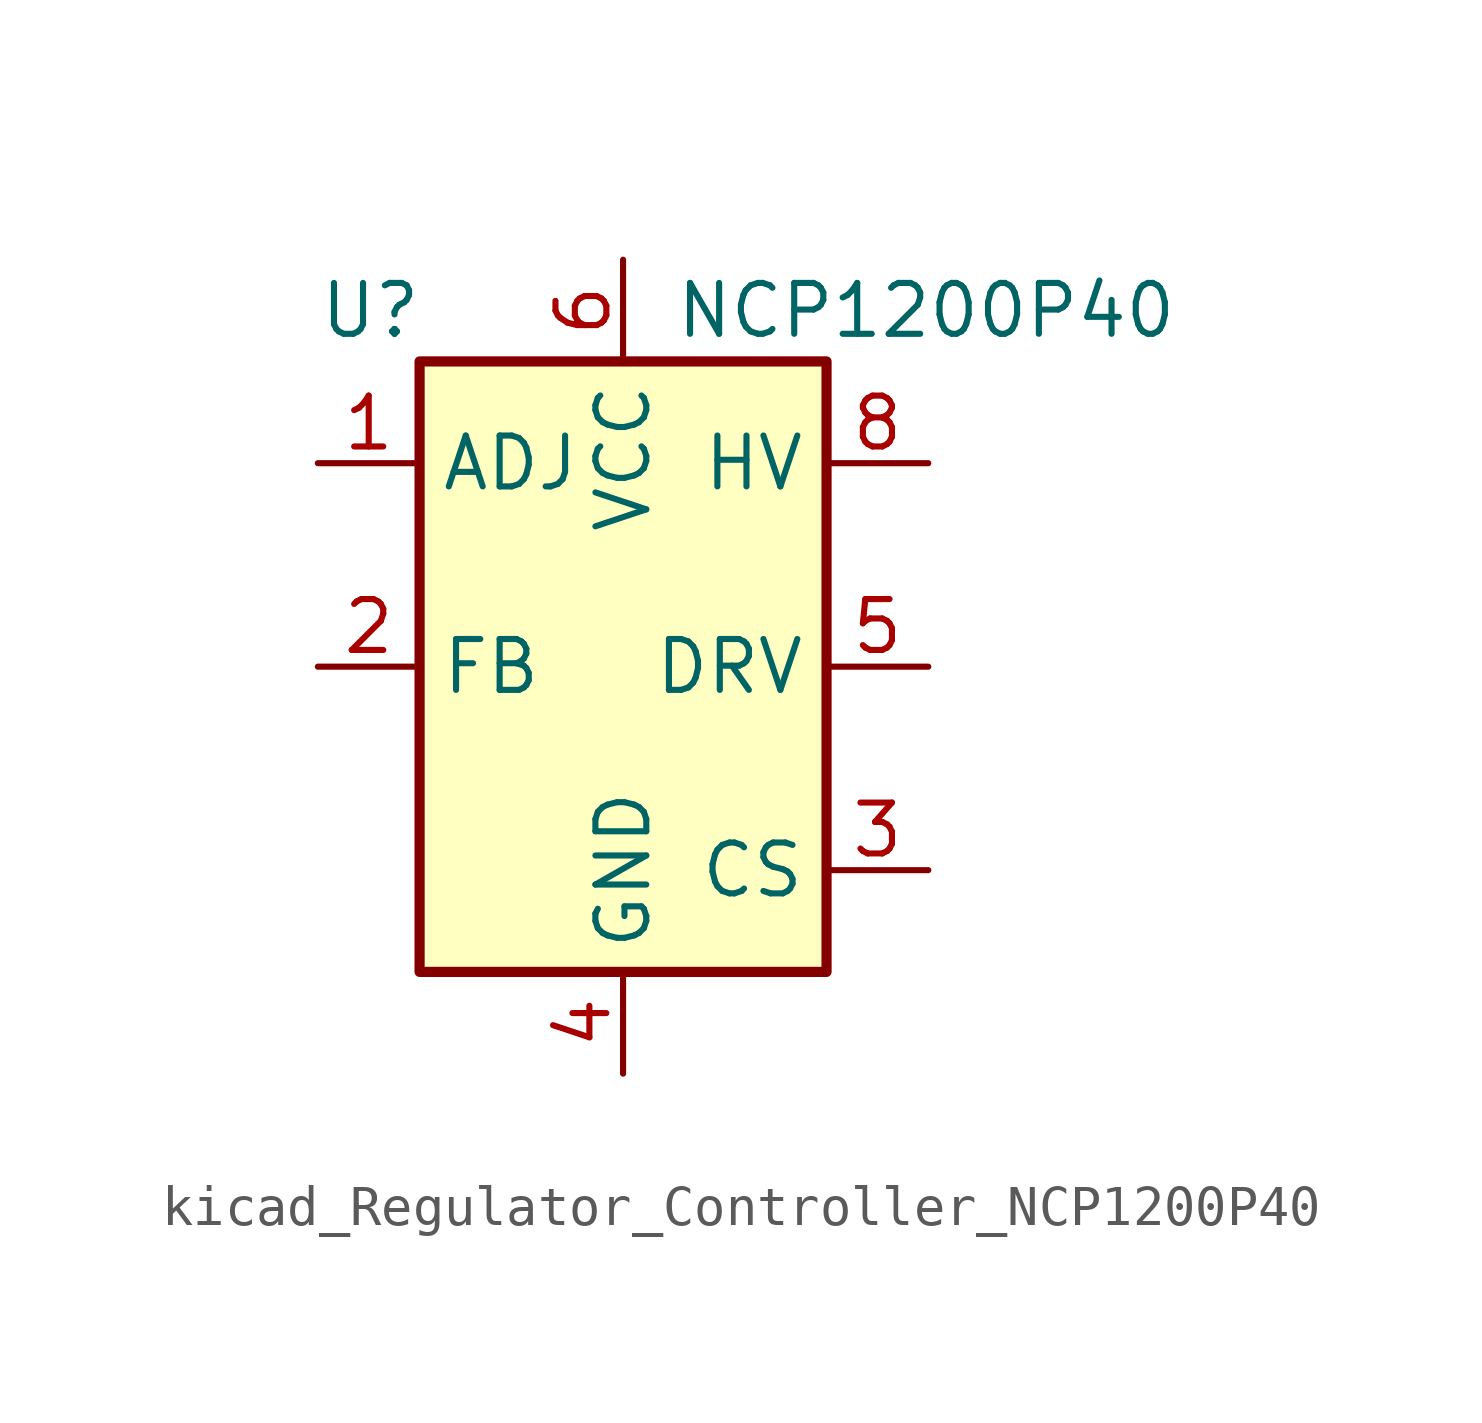
<source format=kicad_sym>
(kicad_symbol_lib
  (version 20220914)
  (generator kicad_symbol_editor)
  (symbol "kicad_Regulator_Controller_NCP1200P40"
    (property "Reference" "U"
      (at -7.62 8.89 0)
      (effects (font (size 1.27 1.27)) (justify left)))
    (property "Value" "NCP1200P40"
      (at 1.27 8.89 0)
      (effects (font (size 1.27 1.27)) (justify left)))
    (symbol "kicad_Regulator_Controller_NCP1200P40_0_0"
      (rectangle (start -5.08 7.62) (end 5.08 -7.62) (stroke (width 0.254) (type default)) (fill (type background))))
    (symbol "kicad_Regulator_Controller_NCP1200P40_1_1"
      (pin input line (at -7.62 5.08 0) (length 2.54) (name "ADJ" (effects (font (size 1.27 1.27)))) (number "1" (effects (font (size 1.27 1.27)))))
      (pin input line (at -7.62 0 0) (length 2.54) (name "FB" (effects (font (size 1.27 1.27)))) (number "2" (effects (font (size 1.27 1.27)))))
      (pin input line (at 7.62 -5.08 180) (length 2.54) (name "CS" (effects (font (size 1.27 1.27)))) (number "3" (effects (font (size 1.27 1.27)))))
      (pin power_in line (at 0 -10.16 90) (length 2.54) (name "GND" (effects (font (size 1.27 1.27)))) (number "4" (effects (font (size 1.27 1.27)))))
      (pin output line (at 7.62 0 180) (length 2.54) (name "DRV" (effects (font (size 1.27 1.27)))) (number "5" (effects (font (size 1.27 1.27)))))
      (pin power_in line (at 0 10.16 270) (length 2.54) (name "VCC" (effects (font (size 1.27 1.27)))) (number "6" (effects (font (size 1.27 1.27)))))
      (pin no_connect line (at -5.08 2.54 0) (length 2.54) hide (name "NC" (effects (font (size 1.27 1.27)))) (number "7" (effects (font (size 1.27 1.27)))))
      (pin input line (at 7.62 5.08 180) (length 2.54) (name "HV" (effects (font (size 1.27 1.27)))) (number "8" (effects (font (size 1.27 1.27))))))))
</source>
